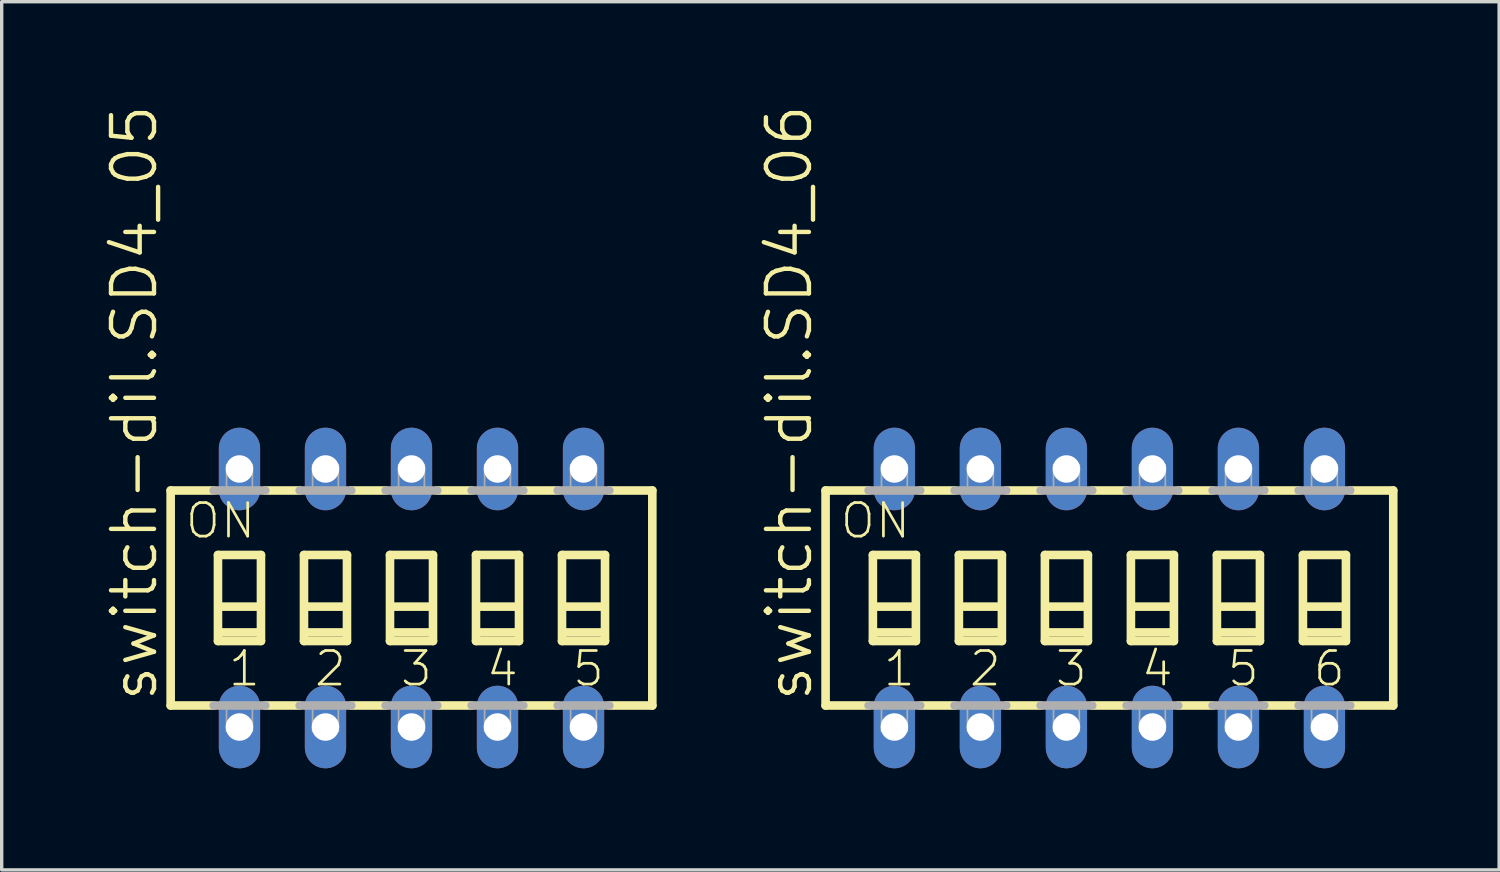
<source format=kicad_pcb>
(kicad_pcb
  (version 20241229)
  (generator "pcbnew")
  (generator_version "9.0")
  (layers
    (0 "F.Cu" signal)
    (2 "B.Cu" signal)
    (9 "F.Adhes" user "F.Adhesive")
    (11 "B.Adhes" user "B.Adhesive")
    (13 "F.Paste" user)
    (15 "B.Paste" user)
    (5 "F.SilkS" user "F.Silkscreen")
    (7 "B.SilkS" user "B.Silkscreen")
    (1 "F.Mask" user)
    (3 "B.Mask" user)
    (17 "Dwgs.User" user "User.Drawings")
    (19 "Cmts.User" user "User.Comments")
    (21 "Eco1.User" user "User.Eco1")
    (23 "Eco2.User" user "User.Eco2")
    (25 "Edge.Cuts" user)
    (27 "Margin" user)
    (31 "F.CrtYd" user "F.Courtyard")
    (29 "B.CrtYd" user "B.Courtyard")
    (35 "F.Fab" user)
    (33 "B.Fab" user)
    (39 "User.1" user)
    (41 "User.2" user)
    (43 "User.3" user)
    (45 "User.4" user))
  (footprint "switch-dil.SD4_06"
    (layer "F.Cu")
    (at 29.713 14.61)
    (property "Reference" "switch-dil.SD4_06" (at -8.712 3.124 90) (layer "F.SilkS") (effects (font (size 1.27 1.27) (thickness 0.13)) (justify left bottom)))
    (attr through_hole)
    (fp_line (start -8.382 -3.175) (end -8.382 3.175) (stroke (width 0.254) (type default)) (layer "F.SilkS"))
    (fp_line (start -8.382 -3.175) (end -7.112 -3.175) (stroke (width 0.254) (type default)) (layer "F.SilkS"))
    (fp_line (start -8.382 3.175) (end -7.112 3.175) (stroke (width 0.254) (type default)) (layer "F.SilkS"))
    (fp_line (start -6.985 -1.27) (end -6.985 1.27) (stroke (width 0.254) (type default)) (layer "F.SilkS"))
    (fp_line (start -6.985 1.27) (end -5.715 1.27) (stroke (width 0.254) (type default)) (layer "F.SilkS"))
    (fp_line (start -6.858 0.254) (end -5.842 0.254) (stroke (width 0.254) (type default)) (layer "F.SilkS"))
    (fp_line (start -5.842 1.016) (end -6.858 1.016) (stroke (width 0.254) (type default)) (layer "F.SilkS"))
    (fp_line (start -5.715 -1.27) (end -6.985 -1.27) (stroke (width 0.254) (type default)) (layer "F.SilkS"))
    (fp_line (start -5.715 1.27) (end -5.715 -1.27) (stroke (width 0.254) (type default)) (layer "F.SilkS"))
    (fp_line (start -5.588 -3.175) (end -4.572 -3.175) (stroke (width 0.254) (type default)) (layer "F.SilkS"))
    (fp_line (start -5.588 3.175) (end -4.572 3.175) (stroke (width 0.254) (type default)) (layer "F.SilkS"))
    (fp_line (start -4.445 -1.27) (end -4.445 1.27) (stroke (width 0.254) (type default)) (layer "F.SilkS"))
    (fp_line (start -4.445 1.27) (end -3.175 1.27) (stroke (width 0.254) (type default)) (layer "F.SilkS"))
    (fp_line (start -4.318 0.254) (end -3.302 0.254) (stroke (width 0.254) (type default)) (layer "F.SilkS"))
    (fp_line (start -3.302 1.016) (end -4.318 1.016) (stroke (width 0.254) (type default)) (layer "F.SilkS"))
    (fp_line (start -3.175 -1.27) (end -4.445 -1.27) (stroke (width 0.254) (type default)) (layer "F.SilkS"))
    (fp_line (start -3.175 1.27) (end -3.175 -1.27) (stroke (width 0.254) (type default)) (layer "F.SilkS"))
    (fp_line (start -3.048 -3.175) (end -2.032 -3.175) (stroke (width 0.254) (type default)) (layer "F.SilkS"))
    (fp_line (start -3.048 3.175) (end -2.032 3.175) (stroke (width 0.254) (type default)) (layer "F.SilkS"))
    (fp_line (start -1.905 -1.27) (end -1.905 1.27) (stroke (width 0.254) (type default)) (layer "F.SilkS"))
    (fp_line (start -1.905 1.27) (end -0.635 1.27) (stroke (width 0.254) (type default)) (layer "F.SilkS"))
    (fp_line (start -1.778 0.254) (end -0.762 0.254) (stroke (width 0.254) (type default)) (layer "F.SilkS"))
    (fp_line (start -0.762 1.016) (end -1.778 1.016) (stroke (width 0.254) (type default)) (layer "F.SilkS"))
    (fp_line (start -0.635 -1.27) (end -1.905 -1.27) (stroke (width 0.254) (type default)) (layer "F.SilkS"))
    (fp_line (start -0.635 1.27) (end -0.635 -1.27) (stroke (width 0.254) (type default)) (layer "F.SilkS"))
    (fp_line (start -0.508 -3.175) (end 0.508 -3.175) (stroke (width 0.254) (type default)) (layer "F.SilkS"))
    (fp_line (start -0.508 3.175) (end 0.508 3.175) (stroke (width 0.254) (type default)) (layer "F.SilkS"))
    (fp_line (start 0.635 -1.27) (end 0.635 1.27) (stroke (width 0.254) (type default)) (layer "F.SilkS"))
    (fp_line (start 0.635 1.27) (end 1.905 1.27) (stroke (width 0.254) (type default)) (layer "F.SilkS"))
    (fp_line (start 0.762 0.254) (end 1.778 0.254) (stroke (width 0.254) (type default)) (layer "F.SilkS"))
    (fp_line (start 1.778 1.016) (end 0.762 1.016) (stroke (width 0.254) (type default)) (layer "F.SilkS"))
    (fp_line (start 1.905 -1.27) (end 0.635 -1.27) (stroke (width 0.254) (type default)) (layer "F.SilkS"))
    (fp_line (start 1.905 1.27) (end 1.905 -1.27) (stroke (width 0.254) (type default)) (layer "F.SilkS"))
    (fp_line (start 2.032 -3.175) (end 3.048 -3.175) (stroke (width 0.254) (type default)) (layer "F.SilkS"))
    (fp_line (start 2.032 3.175) (end 3.048 3.175) (stroke (width 0.254) (type default)) (layer "F.SilkS"))
    (fp_line (start 3.175 -1.27) (end 3.175 1.27) (stroke (width 0.254) (type default)) (layer "F.SilkS"))
    (fp_line (start 3.175 1.27) (end 4.445 1.27) (stroke (width 0.254) (type default)) (layer "F.SilkS"))
    (fp_line (start 3.302 0.254) (end 4.318 0.254) (stroke (width 0.254) (type default)) (layer "F.SilkS"))
    (fp_line (start 4.318 1.016) (end 3.302 1.016) (stroke (width 0.254) (type default)) (layer "F.SilkS"))
    (fp_line (start 4.445 -1.27) (end 3.175 -1.27) (stroke (width 0.254) (type default)) (layer "F.SilkS"))
    (fp_line (start 4.445 1.27) (end 4.445 -1.27) (stroke (width 0.254) (type default)) (layer "F.SilkS"))
    (fp_line (start 4.572 -3.175) (end 5.588 -3.175) (stroke (width 0.254) (type default)) (layer "F.SilkS"))
    (fp_line (start 4.572 3.175) (end 5.588 3.175) (stroke (width 0.254) (type default)) (layer "F.SilkS"))
    (fp_line (start 5.715 -1.27) (end 5.715 1.27) (stroke (width 0.254) (type default)) (layer "F.SilkS"))
    (fp_line (start 5.715 1.27) (end 6.985 1.27) (stroke (width 0.254) (type default)) (layer "F.SilkS"))
    (fp_line (start 5.842 0.254) (end 6.858 0.254) (stroke (width 0.254) (type default)) (layer "F.SilkS"))
    (fp_line (start 6.858 1.016) (end 5.842 1.016) (stroke (width 0.254) (type default)) (layer "F.SilkS"))
    (fp_line (start 6.985 -1.27) (end 5.715 -1.27) (stroke (width 0.254) (type default)) (layer "F.SilkS"))
    (fp_line (start 6.985 1.27) (end 6.985 -1.27) (stroke (width 0.254) (type default)) (layer "F.SilkS"))
    (fp_line (start 8.382 -3.175) (end 7.112 -3.175) (stroke (width 0.254) (type default)) (layer "F.SilkS"))
    (fp_line (start 8.382 3.175) (end 7.112 3.175) (stroke (width 0.254) (type default)) (layer "F.SilkS"))
    (fp_line (start 8.382 3.175) (end 8.382 -3.175) (stroke (width 0.254) (type default)) (layer "F.SilkS"))
    (fp_line (start -7.112 -3.175) (end -5.588 -3.175) (stroke (width 0.254) (type default)) (layer "F.Fab"))
    (fp_line (start -5.588 3.175) (end -7.112 3.175) (stroke (width 0.254) (type default)) (layer "F.Fab"))
    (fp_line (start -4.572 -3.175) (end -3.048 -3.175) (stroke (width 0.254) (type default)) (layer "F.Fab"))
    (fp_line (start -3.048 3.175) (end -4.572 3.175) (stroke (width 0.254) (type default)) (layer "F.Fab"))
    (fp_line (start -2.032 -3.175) (end -0.508 -3.175) (stroke (width 0.254) (type default)) (layer "F.Fab"))
    (fp_line (start -0.508 3.175) (end -2.032 3.175) (stroke (width 0.254) (type default)) (layer "F.Fab"))
    (fp_line (start 0.508 -3.175) (end 2.032 -3.175) (stroke (width 0.254) (type default)) (layer "F.Fab"))
    (fp_line (start 2.032 3.175) (end 0.508 3.175) (stroke (width 0.254) (type default)) (layer "F.Fab"))
    (fp_line (start 3.048 -3.175) (end 4.572 -3.175) (stroke (width 0.254) (type default)) (layer "F.Fab"))
    (fp_line (start 4.572 3.175) (end 3.048 3.175) (stroke (width 0.254) (type default)) (layer "F.Fab"))
    (fp_line (start 5.588 -3.175) (end 7.112 -3.175) (stroke (width 0.254) (type default)) (layer "F.Fab"))
    (fp_line (start 7.112 3.175) (end 5.588 3.175) (stroke (width 0.254) (type default)) (layer "F.Fab"))
    (fp_rect (start -6.731 -3.175) (end -5.969 -3.937) (stroke (width 0.05) (type default)) (fill no) (layer "F.Fab"))
    (fp_rect (start -6.731 3.937) (end -5.969 3.175) (stroke (width 0.05) (type default)) (fill no) (layer "F.Fab"))
    (fp_rect (start -4.191 -3.175) (end -3.429 -3.937) (stroke (width 0.05) (type default)) (fill no) (layer "F.Fab"))
    (fp_rect (start -4.191 3.937) (end -3.429 3.175) (stroke (width 0.05) (type default)) (fill no) (layer "F.Fab"))
    (fp_rect (start -1.651 -3.175) (end -0.889 -3.937) (stroke (width 0.05) (type default)) (fill no) (layer "F.Fab"))
    (fp_rect (start -1.651 3.937) (end -0.889 3.175) (stroke (width 0.05) (type default)) (fill no) (layer "F.Fab"))
    (fp_rect (start 0.889 -3.175) (end 1.651 -3.937) (stroke (width 0.05) (type default)) (fill no) (layer "F.Fab"))
    (fp_rect (start 0.889 3.937) (end 1.651 3.175) (stroke (width 0.05) (type default)) (fill no) (layer "F.Fab"))
    (fp_rect (start 3.429 -3.175) (end 4.191 -3.937) (stroke (width 0.05) (type default)) (fill no) (layer "F.Fab"))
    (fp_rect (start 3.429 3.937) (end 4.191 3.175) (stroke (width 0.05) (type default)) (fill no) (layer "F.Fab"))
    (fp_rect (start 5.969 -3.175) (end 6.731 -3.937) (stroke (width 0.05) (type default)) (fill no) (layer "F.Fab"))
    (fp_rect (start 5.969 3.937) (end 6.731 3.175) (stroke (width 0.05) (type default)) (fill no) (layer "F.Fab"))
    (fp_text user "ON" (at -8.001 -1.702 0) (layer "F.SilkS") (effects (font (size 0.991 0.991) (thickness 0.08)) (justify left bottom)))
    (fp_text user "2" (at -4.191 2.667 0) (layer "F.SilkS") (effects (font (size 0.991 0.991) (thickness 0.08)) (justify left bottom)))
    (fp_text user "3" (at -1.651 2.667 0) (layer "F.SilkS") (effects (font (size 0.991 0.991) (thickness 0.08)) (justify left bottom)))
    (fp_text user "6" (at 5.969 2.667 0) (layer "F.SilkS") (effects (font (size 0.991 0.991) (thickness 0.08)) (justify left bottom)))
    (fp_text user "4" (at 0.889 2.667 0) (layer "F.SilkS") (effects (font (size 0.991 0.991) (thickness 0.08)) (justify left bottom)))
    (fp_text user "1" (at -6.731 2.667 0) (layer "F.SilkS") (effects (font (size 0.991 0.991) (thickness 0.08)) (justify left bottom)))
    (fp_text user "5" (at 3.429 2.667 0) (layer "F.SilkS") (effects (font (size 0.991 0.991) (thickness 0.08)) (justify left bottom)))
    (pad "1" thru_hole oval (at -6.35 3.81 90) (size 2.438 1.219) (drill 0.813) (layers "*.Cu" "*.Mask"))
    (pad "2" thru_hole oval (at -3.81 3.81 90) (size 2.438 1.219) (drill 0.813) (layers "*.Cu" "*.Mask"))
    (pad "3" thru_hole oval (at -1.27 3.81 90) (size 2.438 1.219) (drill 0.813) (layers "*.Cu" "*.Mask"))
    (pad "4" thru_hole oval (at 1.27 3.81 90) (size 2.438 1.219) (drill 0.813) (layers "*.Cu" "*.Mask"))
    (pad "5" thru_hole oval (at 3.81 3.81 90) (size 2.438 1.219) (drill 0.813) (layers "*.Cu" "*.Mask"))
    (pad "6" thru_hole oval (at 6.35 3.81 90) (size 2.438 1.219) (drill 0.813) (layers "*.Cu" "*.Mask"))
    (pad "7" thru_hole oval (at 6.35 -3.81 90) (size 2.438 1.219) (drill 0.813) (layers "*.Cu" "*.Mask"))
    (pad "8" thru_hole oval (at 3.81 -3.81 90) (size 2.438 1.219) (drill 0.813) (layers "*.Cu" "*.Mask"))
    (pad "9" thru_hole oval (at 1.27 -3.81 90) (size 2.438 1.219) (drill 0.813) (layers "*.Cu" "*.Mask"))
    (pad "10" thru_hole oval (at -1.27 -3.81 90) (size 2.438 1.219) (drill 0.813) (layers "*.Cu" "*.Mask"))
    (pad "11" thru_hole oval (at -3.81 -3.81 90) (size 2.438 1.219) (drill 0.813) (layers "*.Cu" "*.Mask"))
    (pad "12" thru_hole oval (at -6.35 -3.81 90) (size 2.438 1.219) (drill 0.813) (layers "*.Cu" "*.Mask")))
  (footprint "switch-dil.SD4_05"
    (layer "F.Cu")
    (at 9.102 14.61)
    (property "Reference" "switch-dil.SD4_05" (at -7.442 3.124 90) (layer "F.SilkS") (effects (font (size 1.27 1.27) (thickness 0.13)) (justify left bottom)))
    (attr through_hole)
    (fp_line (start -7.112 -3.175) (end -7.112 3.175) (stroke (width 0.254) (type default)) (layer "F.SilkS"))
    (fp_line (start -7.112 -3.175) (end -5.842 -3.175) (stroke (width 0.254) (type default)) (layer "F.SilkS"))
    (fp_line (start -7.112 3.175) (end -5.842 3.175) (stroke (width 0.254) (type default)) (layer "F.SilkS"))
    (fp_line (start -5.715 -1.27) (end -5.715 1.27) (stroke (width 0.254) (type default)) (layer "F.SilkS"))
    (fp_line (start -5.715 1.27) (end -4.445 1.27) (stroke (width 0.254) (type default)) (layer "F.SilkS"))
    (fp_line (start -5.588 0.254) (end -4.572 0.254) (stroke (width 0.254) (type default)) (layer "F.SilkS"))
    (fp_line (start -4.572 1.016) (end -5.588 1.016) (stroke (width 0.254) (type default)) (layer "F.SilkS"))
    (fp_line (start -4.445 -1.27) (end -5.715 -1.27) (stroke (width 0.254) (type default)) (layer "F.SilkS"))
    (fp_line (start -4.445 1.27) (end -4.445 -1.27) (stroke (width 0.254) (type default)) (layer "F.SilkS"))
    (fp_line (start -4.318 -3.175) (end -3.302 -3.175) (stroke (width 0.254) (type default)) (layer "F.SilkS"))
    (fp_line (start -4.318 3.175) (end -3.302 3.175) (stroke (width 0.254) (type default)) (layer "F.SilkS"))
    (fp_line (start -3.175 -1.27) (end -3.175 1.27) (stroke (width 0.254) (type default)) (layer "F.SilkS"))
    (fp_line (start -3.175 1.27) (end -1.905 1.27) (stroke (width 0.254) (type default)) (layer "F.SilkS"))
    (fp_line (start -3.048 0.254) (end -2.032 0.254) (stroke (width 0.254) (type default)) (layer "F.SilkS"))
    (fp_line (start -2.032 1.016) (end -3.048 1.016) (stroke (width 0.254) (type default)) (layer "F.SilkS"))
    (fp_line (start -1.905 -1.27) (end -3.175 -1.27) (stroke (width 0.254) (type default)) (layer "F.SilkS"))
    (fp_line (start -1.905 1.27) (end -1.905 -1.27) (stroke (width 0.254) (type default)) (layer "F.SilkS"))
    (fp_line (start -1.778 -3.175) (end -0.762 -3.175) (stroke (width 0.254) (type default)) (layer "F.SilkS"))
    (fp_line (start -1.778 3.175) (end -0.762 3.175) (stroke (width 0.254) (type default)) (layer "F.SilkS"))
    (fp_line (start -0.635 -1.27) (end -0.635 1.27) (stroke (width 0.254) (type default)) (layer "F.SilkS"))
    (fp_line (start -0.635 1.27) (end 0.635 1.27) (stroke (width 0.254) (type default)) (layer "F.SilkS"))
    (fp_line (start -0.508 0.254) (end 0.508 0.254) (stroke (width 0.254) (type default)) (layer "F.SilkS"))
    (fp_line (start 0.508 1.016) (end -0.508 1.016) (stroke (width 0.254) (type default)) (layer "F.SilkS"))
    (fp_line (start 0.635 -1.27) (end -0.635 -1.27) (stroke (width 0.254) (type default)) (layer "F.SilkS"))
    (fp_line (start 0.635 1.27) (end 0.635 -1.27) (stroke (width 0.254) (type default)) (layer "F.SilkS"))
    (fp_line (start 0.762 -3.175) (end 1.778 -3.175) (stroke (width 0.254) (type default)) (layer "F.SilkS"))
    (fp_line (start 0.762 3.175) (end 1.778 3.175) (stroke (width 0.254) (type default)) (layer "F.SilkS"))
    (fp_line (start 1.905 -1.27) (end 1.905 1.27) (stroke (width 0.254) (type default)) (layer "F.SilkS"))
    (fp_line (start 1.905 1.27) (end 3.175 1.27) (stroke (width 0.254) (type default)) (layer "F.SilkS"))
    (fp_line (start 2.032 0.254) (end 3.048 0.254) (stroke (width 0.254) (type default)) (layer "F.SilkS"))
    (fp_line (start 3.048 1.016) (end 2.032 1.016) (stroke (width 0.254) (type default)) (layer "F.SilkS"))
    (fp_line (start 3.175 -1.27) (end 1.905 -1.27) (stroke (width 0.254) (type default)) (layer "F.SilkS"))
    (fp_line (start 3.175 1.27) (end 3.175 -1.27) (stroke (width 0.254) (type default)) (layer "F.SilkS"))
    (fp_line (start 3.302 -3.175) (end 4.318 -3.175) (stroke (width 0.254) (type default)) (layer "F.SilkS"))
    (fp_line (start 3.302 3.175) (end 4.318 3.175) (stroke (width 0.254) (type default)) (layer "F.SilkS"))
    (fp_line (start 4.445 -1.27) (end 4.445 1.27) (stroke (width 0.254) (type default)) (layer "F.SilkS"))
    (fp_line (start 4.445 1.27) (end 5.715 1.27) (stroke (width 0.254) (type default)) (layer "F.SilkS"))
    (fp_line (start 4.572 0.254) (end 5.588 0.254) (stroke (width 0.254) (type default)) (layer "F.SilkS"))
    (fp_line (start 5.588 1.016) (end 4.572 1.016) (stroke (width 0.254) (type default)) (layer "F.SilkS"))
    (fp_line (start 5.715 -1.27) (end 4.445 -1.27) (stroke (width 0.254) (type default)) (layer "F.SilkS"))
    (fp_line (start 5.715 1.27) (end 5.715 -1.27) (stroke (width 0.254) (type default)) (layer "F.SilkS"))
    (fp_line (start 7.112 -3.175) (end 5.842 -3.175) (stroke (width 0.254) (type default)) (layer "F.SilkS"))
    (fp_line (start 7.112 3.175) (end 5.842 3.175) (stroke (width 0.254) (type default)) (layer "F.SilkS"))
    (fp_line (start 7.112 3.175) (end 7.112 -3.175) (stroke (width 0.254) (type default)) (layer "F.SilkS"))
    (fp_line (start -5.842 -3.175) (end -4.318 -3.175) (stroke (width 0.254) (type default)) (layer "F.Fab"))
    (fp_line (start -4.318 3.175) (end -5.842 3.175) (stroke (width 0.254) (type default)) (layer "F.Fab"))
    (fp_line (start -3.302 -3.175) (end -1.778 -3.175) (stroke (width 0.254) (type default)) (layer "F.Fab"))
    (fp_line (start -1.778 3.175) (end -3.302 3.175) (stroke (width 0.254) (type default)) (layer "F.Fab"))
    (fp_line (start -0.762 -3.175) (end 0.762 -3.175) (stroke (width 0.254) (type default)) (layer "F.Fab"))
    (fp_line (start 0.762 3.175) (end -0.762 3.175) (stroke (width 0.254) (type default)) (layer "F.Fab"))
    (fp_line (start 1.778 -3.175) (end 3.302 -3.175) (stroke (width 0.254) (type default)) (layer "F.Fab"))
    (fp_line (start 3.302 3.175) (end 1.778 3.175) (stroke (width 0.254) (type default)) (layer "F.Fab"))
    (fp_line (start 5.842 -3.175) (end 4.318 -3.175) (stroke (width 0.254) (type default)) (layer "F.Fab"))
    (fp_line (start 5.842 3.175) (end 4.318 3.175) (stroke (width 0.254) (type default)) (layer "F.Fab"))
    (fp_rect (start -5.461 -3.175) (end -4.699 -3.937) (stroke (width 0.05) (type default)) (fill no) (layer "F.Fab"))
    (fp_rect (start -5.461 3.937) (end -4.699 3.175) (stroke (width 0.05) (type default)) (fill no) (layer "F.Fab"))
    (fp_rect (start -2.921 -3.175) (end -2.159 -3.937) (stroke (width 0.05) (type default)) (fill no) (layer "F.Fab"))
    (fp_rect (start -2.921 3.937) (end -2.159 3.175) (stroke (width 0.05) (type default)) (fill no) (layer "F.Fab"))
    (fp_rect (start -0.381 -3.175) (end 0.381 -3.937) (stroke (width 0.05) (type default)) (fill no) (layer "F.Fab"))
    (fp_rect (start -0.381 3.937) (end 0.381 3.175) (stroke (width 0.05) (type default)) (fill no) (layer "F.Fab"))
    (fp_rect (start 2.159 -3.175) (end 2.921 -3.937) (stroke (width 0.05) (type default)) (fill no) (layer "F.Fab"))
    (fp_rect (start 2.159 3.937) (end 2.921 3.175) (stroke (width 0.05) (type default)) (fill no) (layer "F.Fab"))
    (fp_rect (start 4.699 -3.175) (end 5.461 -3.937) (stroke (width 0.05) (type default)) (fill no) (layer "F.Fab"))
    (fp_rect (start 4.699 3.937) (end 5.461 3.175) (stroke (width 0.05) (type default)) (fill no) (layer "F.Fab"))
    (fp_text user "1" (at -5.461 2.667 0) (layer "F.SilkS") (effects (font (size 0.991 0.991) (thickness 0.08)) (justify left bottom)))
    (fp_text user "3" (at -0.381 2.667 0) (layer "F.SilkS") (effects (font (size 0.991 0.991) (thickness 0.08)) (justify left bottom)))
    (fp_text user "5" (at 4.699 2.667 0) (layer "F.SilkS") (effects (font (size 0.991 0.991) (thickness 0.08)) (justify left bottom)))
    (fp_text user "ON" (at -6.731 -1.702 0) (layer "F.SilkS") (effects (font (size 0.991 0.991) (thickness 0.08)) (justify left bottom)))
    (fp_text user "4" (at 2.159 2.667 0) (layer "F.SilkS") (effects (font (size 0.991 0.991) (thickness 0.08)) (justify left bottom)))
    (fp_text user "2" (at -2.921 2.667 0) (layer "F.SilkS") (effects (font (size 0.991 0.991) (thickness 0.08)) (justify left bottom)))
    (pad "1" thru_hole oval (at -5.08 3.81 90) (size 2.438 1.219) (drill 0.813) (layers "*.Cu" "*.Mask"))
    (pad "2" thru_hole oval (at -2.54 3.81 90) (size 2.438 1.219) (drill 0.813) (layers "*.Cu" "*.Mask"))
    (pad "3" thru_hole oval (at 0 3.81 90) (size 2.438 1.219) (drill 0.813) (layers "*.Cu" "*.Mask"))
    (pad "4" thru_hole oval (at 2.54 3.81 90) (size 2.438 1.219) (drill 0.813) (layers "*.Cu" "*.Mask"))
    (pad "5" thru_hole oval (at 5.08 3.81 90) (size 2.438 1.219) (drill 0.813) (layers "*.Cu" "*.Mask"))
    (pad "6" thru_hole oval (at 5.08 -3.81 90) (size 2.438 1.219) (drill 0.813) (layers "*.Cu" "*.Mask"))
    (pad "7" thru_hole oval (at 2.54 -3.81 90) (size 2.438 1.219) (drill 0.813) (layers "*.Cu" "*.Mask"))
    (pad "8" thru_hole oval (at 0 -3.81 90) (size 2.438 1.219) (drill 0.813) (layers "*.Cu" "*.Mask"))
    (pad "9" thru_hole oval (at -2.54 -3.81 90) (size 2.438 1.219) (drill 0.813) (layers "*.Cu" "*.Mask"))
    (pad "10" thru_hole oval (at -5.08 -3.81 90) (size 2.438 1.219) (drill 0.813) (layers "*.Cu" "*.Mask")))
  (gr_rect
    (start -3 -3)
    (end 41.222 22.64)
    (stroke (width 0.1) (type default))
    (fill no)
    (layer "Edge.Cuts")))
</source>
